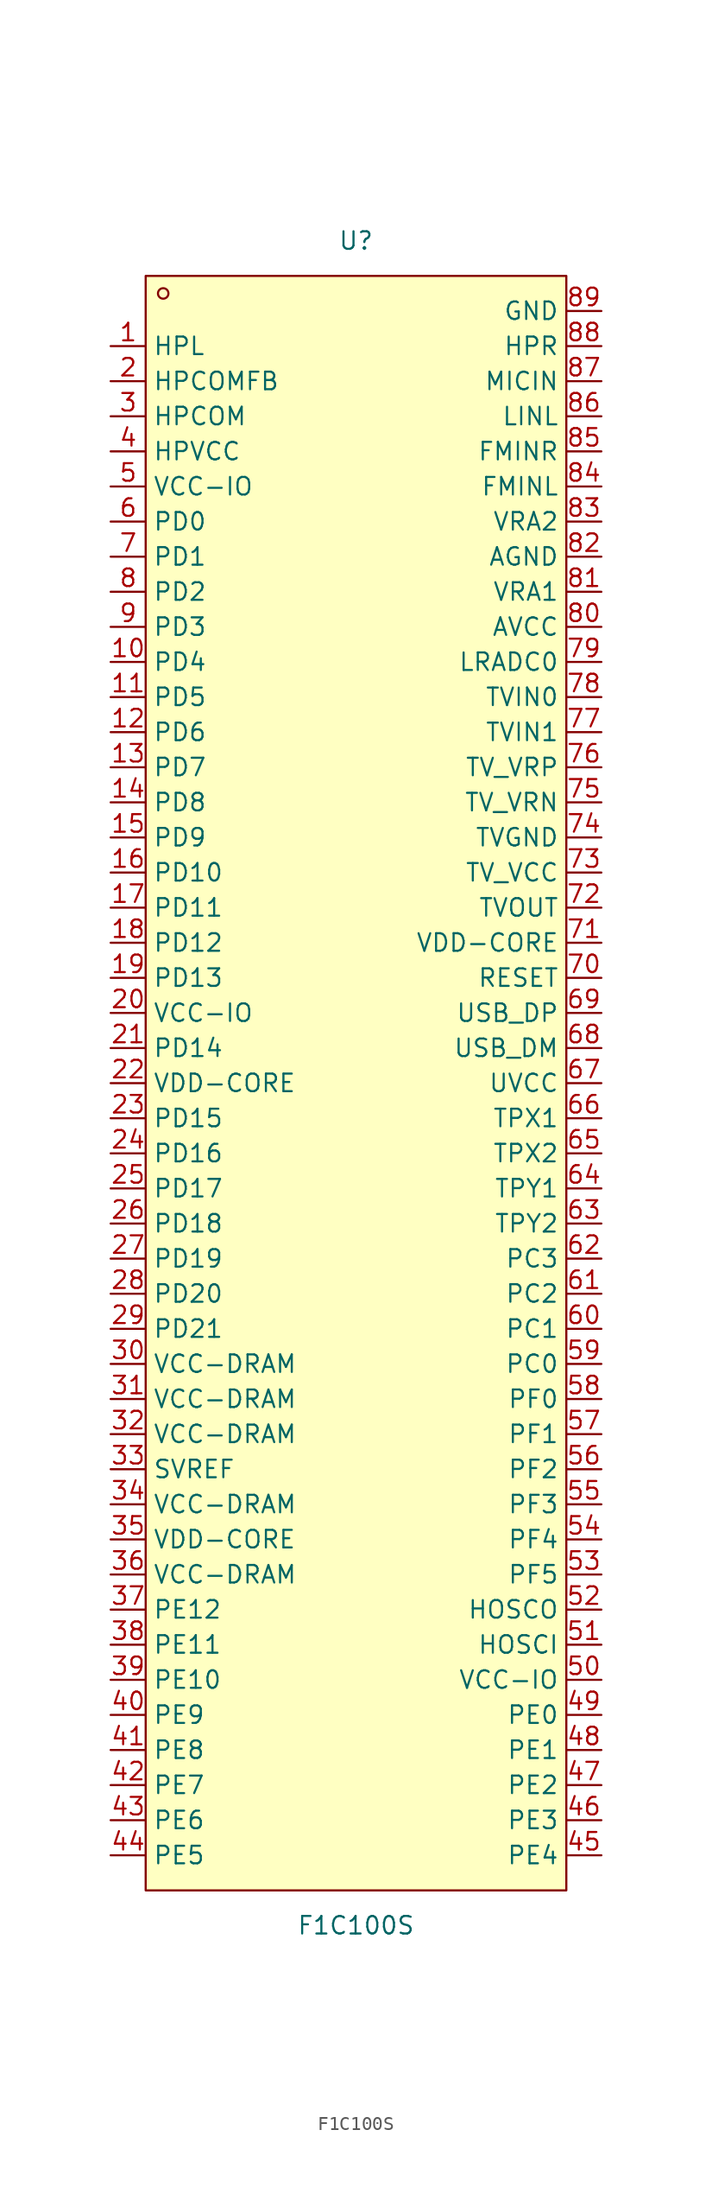
<source format=kicad_sym>
(kicad_symbol_lib
  (version 20211014)
  (generator https://github.com/uPesy/easyeda2kicad.py)
  (symbol "F1C100S"
    (property "Reference" "U"
      (at 0 60.96 0)
      (effects (font (size 1.27 1.27))))
    (property "Value" "F1C100S"
      (at 0 -60.96 0)
      (effects (font (size 1.27 1.27))))
    (symbol "F1C100S_0_1"
      (rectangle (start -15.24 58.42) (end 15.24 -58.42) (stroke (width 0) (type default) (color 0 0 0 0)) (fill (type background)))
      (circle (center -13.97 57.15) (radius 0.38) (stroke (width 0) (type default) (color 0 0 0 0)) (fill (type none)))
      (pin unspecified line (at -17.78 53.34 0) (length 2.54) (name "HPL" (effects (font (size 1.27 1.27)))) (number "1" (effects (font (size 1.27 1.27)))))
      (pin unspecified line (at -17.78 50.80 0) (length 2.54) (name "HPCOMFB" (effects (font (size 1.27 1.27)))) (number "2" (effects (font (size 1.27 1.27)))))
      (pin unspecified line (at -17.78 48.26 0) (length 2.54) (name "HPCOM" (effects (font (size 1.27 1.27)))) (number "3" (effects (font (size 1.27 1.27)))))
      (pin unspecified line (at -17.78 45.72 0) (length 2.54) (name "HPVCC" (effects (font (size 1.27 1.27)))) (number "4" (effects (font (size 1.27 1.27)))))
      (pin unspecified line (at -17.78 43.18 0) (length 2.54) (name "VCC-IO" (effects (font (size 1.27 1.27)))) (number "5" (effects (font (size 1.27 1.27)))))
      (pin unspecified line (at -17.78 40.64 0) (length 2.54) (name "PD0" (effects (font (size 1.27 1.27)))) (number "6" (effects (font (size 1.27 1.27)))))
      (pin unspecified line (at -17.78 38.10 0) (length 2.54) (name "PD1" (effects (font (size 1.27 1.27)))) (number "7" (effects (font (size 1.27 1.27)))))
      (pin unspecified line (at -17.78 35.56 0) (length 2.54) (name "PD2" (effects (font (size 1.27 1.27)))) (number "8" (effects (font (size 1.27 1.27)))))
      (pin unspecified line (at -17.78 33.02 0) (length 2.54) (name "PD3" (effects (font (size 1.27 1.27)))) (number "9" (effects (font (size 1.27 1.27)))))
      (pin unspecified line (at -17.78 30.48 0) (length 2.54) (name "PD4" (effects (font (size 1.27 1.27)))) (number "10" (effects (font (size 1.27 1.27)))))
      (pin unspecified line (at -17.78 27.94 0) (length 2.54) (name "PD5" (effects (font (size 1.27 1.27)))) (number "11" (effects (font (size 1.27 1.27)))))
      (pin unspecified line (at -17.78 25.40 0) (length 2.54) (name "PD6" (effects (font (size 1.27 1.27)))) (number "12" (effects (font (size 1.27 1.27)))))
      (pin unspecified line (at -17.78 22.86 0) (length 2.54) (name "PD7" (effects (font (size 1.27 1.27)))) (number "13" (effects (font (size 1.27 1.27)))))
      (pin unspecified line (at -17.78 20.32 0) (length 2.54) (name "PD8" (effects (font (size 1.27 1.27)))) (number "14" (effects (font (size 1.27 1.27)))))
      (pin unspecified line (at -17.78 17.78 0) (length 2.54) (name "PD9" (effects (font (size 1.27 1.27)))) (number "15" (effects (font (size 1.27 1.27)))))
      (pin unspecified line (at -17.78 15.24 0) (length 2.54) (name "PD10" (effects (font (size 1.27 1.27)))) (number "16" (effects (font (size 1.27 1.27)))))
      (pin unspecified line (at -17.78 12.70 0) (length 2.54) (name "PD11" (effects (font (size 1.27 1.27)))) (number "17" (effects (font (size 1.27 1.27)))))
      (pin unspecified line (at -17.78 10.16 0) (length 2.54) (name "PD12" (effects (font (size 1.27 1.27)))) (number "18" (effects (font (size 1.27 1.27)))))
      (pin unspecified line (at -17.78 7.62 0) (length 2.54) (name "PD13" (effects (font (size 1.27 1.27)))) (number "19" (effects (font (size 1.27 1.27)))))
      (pin unspecified line (at -17.78 5.08 0) (length 2.54) (name "VCC-IO" (effects (font (size 1.27 1.27)))) (number "20" (effects (font (size 1.27 1.27)))))
      (pin unspecified line (at -17.78 2.54 0) (length 2.54) (name "PD14" (effects (font (size 1.27 1.27)))) (number "21" (effects (font (size 1.27 1.27)))))
      (pin unspecified line (at -17.78 -0.00 0) (length 2.54) (name "VDD-CORE" (effects (font (size 1.27 1.27)))) (number "22" (effects (font (size 1.27 1.27)))))
      (pin unspecified line (at -17.78 -2.54 0) (length 2.54) (name "PD15" (effects (font (size 1.27 1.27)))) (number "23" (effects (font (size 1.27 1.27)))))
      (pin unspecified line (at -17.78 -5.08 0) (length 2.54) (name "PD16" (effects (font (size 1.27 1.27)))) (number "24" (effects (font (size 1.27 1.27)))))
      (pin unspecified line (at -17.78 -7.62 0) (length 2.54) (name "PD17" (effects (font (size 1.27 1.27)))) (number "25" (effects (font (size 1.27 1.27)))))
      (pin unspecified line (at -17.78 -10.16 0) (length 2.54) (name "PD18" (effects (font (size 1.27 1.27)))) (number "26" (effects (font (size 1.27 1.27)))))
      (pin unspecified line (at -17.78 -12.70 0) (length 2.54) (name "PD19" (effects (font (size 1.27 1.27)))) (number "27" (effects (font (size 1.27 1.27)))))
      (pin unspecified line (at -17.78 -15.24 0) (length 2.54) (name "PD20" (effects (font (size 1.27 1.27)))) (number "28" (effects (font (size 1.27 1.27)))))
      (pin unspecified line (at -17.78 -17.78 0) (length 2.54) (name "PD21" (effects (font (size 1.27 1.27)))) (number "29" (effects (font (size 1.27 1.27)))))
      (pin unspecified line (at -17.78 -20.32 0) (length 2.54) (name "VCC-DRAM" (effects (font (size 1.27 1.27)))) (number "30" (effects (font (size 1.27 1.27)))))
      (pin unspecified line (at -17.78 -22.86 0) (length 2.54) (name "VCC-DRAM" (effects (font (size 1.27 1.27)))) (number "31" (effects (font (size 1.27 1.27)))))
      (pin unspecified line (at -17.78 -25.40 0) (length 2.54) (name "VCC-DRAM" (effects (font (size 1.27 1.27)))) (number "32" (effects (font (size 1.27 1.27)))))
      (pin unspecified line (at -17.78 -27.94 0) (length 2.54) (name "SVREF" (effects (font (size 1.27 1.27)))) (number "33" (effects (font (size 1.27 1.27)))))
      (pin unspecified line (at -17.78 -30.48 0) (length 2.54) (name "VCC-DRAM" (effects (font (size 1.27 1.27)))) (number "34" (effects (font (size 1.27 1.27)))))
      (pin unspecified line (at -17.78 -33.02 0) (length 2.54) (name "VDD-CORE" (effects (font (size 1.27 1.27)))) (number "35" (effects (font (size 1.27 1.27)))))
      (pin unspecified line (at -17.78 -35.56 0) (length 2.54) (name "VCC-DRAM" (effects (font (size 1.27 1.27)))) (number "36" (effects (font (size 1.27 1.27)))))
      (pin unspecified line (at -17.78 -38.10 0) (length 2.54) (name "PE12" (effects (font (size 1.27 1.27)))) (number "37" (effects (font (size 1.27 1.27)))))
      (pin unspecified line (at -17.78 -40.64 0) (length 2.54) (name "PE11" (effects (font (size 1.27 1.27)))) (number "38" (effects (font (size 1.27 1.27)))))
      (pin unspecified line (at -17.78 -43.18 0) (length 2.54) (name "PE10" (effects (font (size 1.27 1.27)))) (number "39" (effects (font (size 1.27 1.27)))))
      (pin unspecified line (at -17.78 -45.72 0) (length 2.54) (name "PE9" (effects (font (size 1.27 1.27)))) (number "40" (effects (font (size 1.27 1.27)))))
      (pin unspecified line (at -17.78 -48.26 0) (length 2.54) (name "PE8" (effects (font (size 1.27 1.27)))) (number "41" (effects (font (size 1.27 1.27)))))
      (pin unspecified line (at -17.78 -50.80 0) (length 2.54) (name "PE7" (effects (font (size 1.27 1.27)))) (number "42" (effects (font (size 1.27 1.27)))))
      (pin unspecified line (at -17.78 -53.34 0) (length 2.54) (name "PE6" (effects (font (size 1.27 1.27)))) (number "43" (effects (font (size 1.27 1.27)))))
      (pin unspecified line (at -17.78 -55.88 0) (length 2.54) (name "PE5" (effects (font (size 1.27 1.27)))) (number "44" (effects (font (size 1.27 1.27)))))
      (pin unspecified line (at 17.78 -55.88 180) (length 2.54) (name "PE4" (effects (font (size 1.27 1.27)))) (number "45" (effects (font (size 1.27 1.27)))))
      (pin unspecified line (at 17.78 -53.34 180) (length 2.54) (name "PE3" (effects (font (size 1.27 1.27)))) (number "46" (effects (font (size 1.27 1.27)))))
      (pin unspecified line (at 17.78 -50.80 180) (length 2.54) (name "PE2" (effects (font (size 1.27 1.27)))) (number "47" (effects (font (size 1.27 1.27)))))
      (pin unspecified line (at 17.78 -48.26 180) (length 2.54) (name "PE1" (effects (font (size 1.27 1.27)))) (number "48" (effects (font (size 1.27 1.27)))))
      (pin unspecified line (at 17.78 -45.72 180) (length 2.54) (name "PE0" (effects (font (size 1.27 1.27)))) (number "49" (effects (font (size 1.27 1.27)))))
      (pin unspecified line (at 17.78 -43.18 180) (length 2.54) (name "VCC-IO" (effects (font (size 1.27 1.27)))) (number "50" (effects (font (size 1.27 1.27)))))
      (pin unspecified line (at 17.78 -40.64 180) (length 2.54) (name "HOSCI" (effects (font (size 1.27 1.27)))) (number "51" (effects (font (size 1.27 1.27)))))
      (pin unspecified line (at 17.78 -38.10 180) (length 2.54) (name "HOSCO" (effects (font (size 1.27 1.27)))) (number "52" (effects (font (size 1.27 1.27)))))
      (pin unspecified line (at 17.78 -35.56 180) (length 2.54) (name "PF5" (effects (font (size 1.27 1.27)))) (number "53" (effects (font (size 1.27 1.27)))))
      (pin unspecified line (at 17.78 -33.02 180) (length 2.54) (name "PF4" (effects (font (size 1.27 1.27)))) (number "54" (effects (font (size 1.27 1.27)))))
      (pin unspecified line (at 17.78 -30.48 180) (length 2.54) (name "PF3" (effects (font (size 1.27 1.27)))) (number "55" (effects (font (size 1.27 1.27)))))
      (pin unspecified line (at 17.78 -27.94 180) (length 2.54) (name "PF2" (effects (font (size 1.27 1.27)))) (number "56" (effects (font (size 1.27 1.27)))))
      (pin unspecified line (at 17.78 -25.40 180) (length 2.54) (name "PF1" (effects (font (size 1.27 1.27)))) (number "57" (effects (font (size 1.27 1.27)))))
      (pin unspecified line (at 17.78 -22.86 180) (length 2.54) (name "PF0" (effects (font (size 1.27 1.27)))) (number "58" (effects (font (size 1.27 1.27)))))
      (pin unspecified line (at 17.78 -20.32 180) (length 2.54) (name "PC0" (effects (font (size 1.27 1.27)))) (number "59" (effects (font (size 1.27 1.27)))))
      (pin unspecified line (at 17.78 -17.78 180) (length 2.54) (name "PC1" (effects (font (size 1.27 1.27)))) (number "60" (effects (font (size 1.27 1.27)))))
      (pin unspecified line (at 17.78 -15.24 180) (length 2.54) (name "PC2" (effects (font (size 1.27 1.27)))) (number "61" (effects (font (size 1.27 1.27)))))
      (pin unspecified line (at 17.78 -12.70 180) (length 2.54) (name "PC3" (effects (font (size 1.27 1.27)))) (number "62" (effects (font (size 1.27 1.27)))))
      (pin unspecified line (at 17.78 -10.16 180) (length 2.54) (name "TPY2" (effects (font (size 1.27 1.27)))) (number "63" (effects (font (size 1.27 1.27)))))
      (pin unspecified line (at 17.78 -7.62 180) (length 2.54) (name "TPY1" (effects (font (size 1.27 1.27)))) (number "64" (effects (font (size 1.27 1.27)))))
      (pin unspecified line (at 17.78 -5.08 180) (length 2.54) (name "TPX2" (effects (font (size 1.27 1.27)))) (number "65" (effects (font (size 1.27 1.27)))))
      (pin unspecified line (at 17.78 -2.54 180) (length 2.54) (name "TPX1" (effects (font (size 1.27 1.27)))) (number "66" (effects (font (size 1.27 1.27)))))
      (pin unspecified line (at 17.78 -0.00 180) (length 2.54) (name "UVCC" (effects (font (size 1.27 1.27)))) (number "67" (effects (font (size 1.27 1.27)))))
      (pin unspecified line (at 17.78 2.54 180) (length 2.54) (name "USB_DM" (effects (font (size 1.27 1.27)))) (number "68" (effects (font (size 1.27 1.27)))))
      (pin unspecified line (at 17.78 5.08 180) (length 2.54) (name "USB_DP" (effects (font (size 1.27 1.27)))) (number "69" (effects (font (size 1.27 1.27)))))
      (pin unspecified line (at 17.78 7.62 180) (length 2.54) (name "RESET" (effects (font (size 1.27 1.27)))) (number "70" (effects (font (size 1.27 1.27)))))
      (pin unspecified line (at 17.78 10.16 180) (length 2.54) (name "VDD-CORE" (effects (font (size 1.27 1.27)))) (number "71" (effects (font (size 1.27 1.27)))))
      (pin unspecified line (at 17.78 12.70 180) (length 2.54) (name "TVOUT" (effects (font (size 1.27 1.27)))) (number "72" (effects (font (size 1.27 1.27)))))
      (pin unspecified line (at 17.78 15.24 180) (length 2.54) (name "TV_VCC" (effects (font (size 1.27 1.27)))) (number "73" (effects (font (size 1.27 1.27)))))
      (pin unspecified line (at 17.78 17.78 180) (length 2.54) (name "TVGND" (effects (font (size 1.27 1.27)))) (number "74" (effects (font (size 1.27 1.27)))))
      (pin unspecified line (at 17.78 20.32 180) (length 2.54) (name "TV_VRN" (effects (font (size 1.27 1.27)))) (number "75" (effects (font (size 1.27 1.27)))))
      (pin unspecified line (at 17.78 22.86 180) (length 2.54) (name "TV_VRP" (effects (font (size 1.27 1.27)))) (number "76" (effects (font (size 1.27 1.27)))))
      (pin unspecified line (at 17.78 25.40 180) (length 2.54) (name "TVIN1" (effects (font (size 1.27 1.27)))) (number "77" (effects (font (size 1.27 1.27)))))
      (pin unspecified line (at 17.78 27.94 180) (length 2.54) (name "TVIN0" (effects (font (size 1.27 1.27)))) (number "78" (effects (font (size 1.27 1.27)))))
      (pin unspecified line (at 17.78 30.48 180) (length 2.54) (name "LRADC0" (effects (font (size 1.27 1.27)))) (number "79" (effects (font (size 1.27 1.27)))))
      (pin unspecified line (at 17.78 33.02 180) (length 2.54) (name "AVCC" (effects (font (size 1.27 1.27)))) (number "80" (effects (font (size 1.27 1.27)))))
      (pin unspecified line (at 17.78 35.56 180) (length 2.54) (name "VRA1" (effects (font (size 1.27 1.27)))) (number "81" (effects (font (size 1.27 1.27)))))
      (pin unspecified line (at 17.78 38.10 180) (length 2.54) (name "AGND" (effects (font (size 1.27 1.27)))) (number "82" (effects (font (size 1.27 1.27)))))
      (pin unspecified line (at 17.78 40.64 180) (length 2.54) (name "VRA2" (effects (font (size 1.27 1.27)))) (number "83" (effects (font (size 1.27 1.27)))))
      (pin unspecified line (at 17.78 43.18 180) (length 2.54) (name "FMINL" (effects (font (size 1.27 1.27)))) (number "84" (effects (font (size 1.27 1.27)))))
      (pin unspecified line (at 17.78 45.72 180) (length 2.54) (name "FMINR" (effects (font (size 1.27 1.27)))) (number "85" (effects (font (size 1.27 1.27)))))
      (pin unspecified line (at 17.78 48.26 180) (length 2.54) (name "LINL" (effects (font (size 1.27 1.27)))) (number "86" (effects (font (size 1.27 1.27)))))
      (pin unspecified line (at 17.78 50.80 180) (length 2.54) (name "MICIN" (effects (font (size 1.27 1.27)))) (number "87" (effects (font (size 1.27 1.27)))))
      (pin unspecified line (at 17.78 53.34 180) (length 2.54) (name "HPR" (effects (font (size 1.27 1.27)))) (number "88" (effects (font (size 1.27 1.27)))))
      (pin unspecified line (at 17.78 55.88 180) (length 2.54) (name "GND" (effects (font (size 1.27 1.27)))) (number "89" (effects (font (size 1.27 1.27))))))))
</source>
